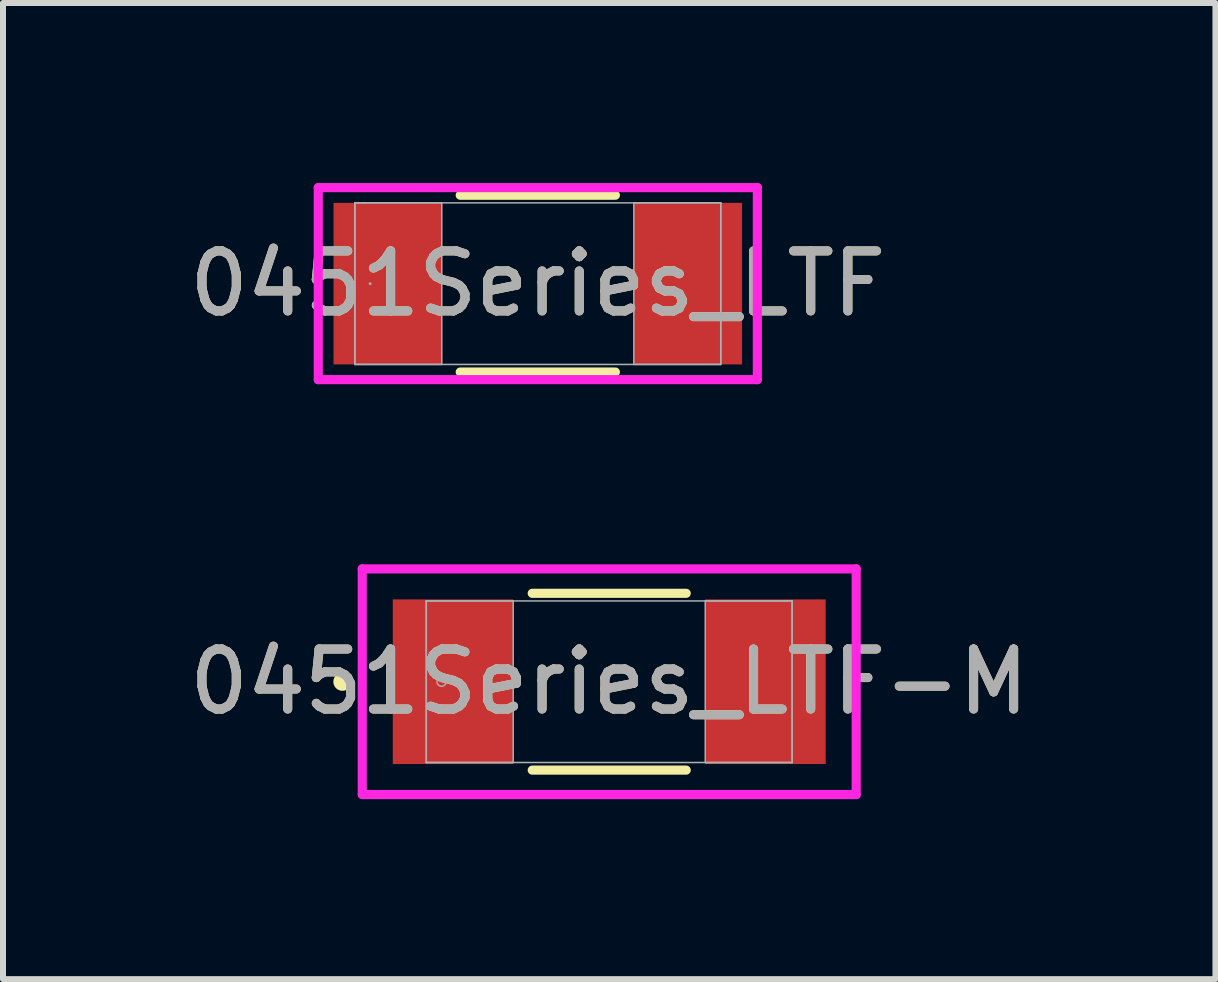
<source format=kicad_pcb>
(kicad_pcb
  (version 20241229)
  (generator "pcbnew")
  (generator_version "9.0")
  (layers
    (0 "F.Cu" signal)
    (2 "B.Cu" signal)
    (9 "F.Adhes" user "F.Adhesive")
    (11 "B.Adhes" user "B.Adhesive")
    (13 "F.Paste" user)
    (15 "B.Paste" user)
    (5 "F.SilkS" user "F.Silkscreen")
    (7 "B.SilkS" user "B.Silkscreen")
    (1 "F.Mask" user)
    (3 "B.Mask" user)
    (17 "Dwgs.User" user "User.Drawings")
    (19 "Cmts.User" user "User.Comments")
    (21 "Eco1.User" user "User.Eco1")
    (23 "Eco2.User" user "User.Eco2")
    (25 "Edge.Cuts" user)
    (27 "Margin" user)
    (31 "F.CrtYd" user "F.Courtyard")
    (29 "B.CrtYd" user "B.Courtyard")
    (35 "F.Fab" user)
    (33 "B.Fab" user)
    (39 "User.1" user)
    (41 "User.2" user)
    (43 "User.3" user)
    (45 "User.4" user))
  (footprint "0451Series_LTF-M"
    (layer "F.Cu")
    (at 7.101 8.309)
    (property "Reference" "0451Series_LTF-M" (at 0 0 0) (unlocked yes) (layer "F.SilkS") (effects (font (size 1 1) (thickness 0.15))))
    (attr smd)
    (fp_line (start -1.283 1.473) (end 1.283 1.473) (stroke (width 0.152) (type solid)) (layer "F.SilkS"))
    (fp_line (start 1.283 -1.473) (end -1.283 -1.473) (stroke (width 0.152) (type solid)) (layer "F.SilkS"))
    (fp_circle (center -4.445 0) (end -4.369 0) (stroke (width 0.152) (type solid)) (fill no) (layer "F.SilkS"))
    (fp_line (start -4.115 -1.88) (end 4.115 -1.88) (stroke (width 0.152) (type solid)) (layer "F.CrtYd"))
    (fp_line (start -4.115 1.88) (end -4.115 -1.88) (stroke (width 0.152) (type solid)) (layer "F.CrtYd"))
    (fp_line (start 4.115 -1.88) (end 4.115 1.88) (stroke (width 0.152) (type solid)) (layer "F.CrtYd"))
    (fp_line (start 4.115 1.88) (end -4.115 1.88) (stroke (width 0.152) (type solid)) (layer "F.CrtYd"))
    (fp_line (start -3.048 -1.346) (end -3.048 1.346) (stroke (width 0.025) (type solid)) (layer "F.Fab"))
    (fp_line (start -3.048 -1.346) (end -3.048 1.346) (stroke (width 0.025) (type solid)) (layer "F.Fab"))
    (fp_line (start -3.048 1.346) (end -1.6 1.346) (stroke (width 0.025) (type solid)) (layer "F.Fab"))
    (fp_line (start -3.048 1.346) (end 3.048 1.346) (stroke (width 0.025) (type solid)) (layer "F.Fab"))
    (fp_line (start -1.6 -1.346) (end -3.048 -1.346) (stroke (width 0.025) (type solid)) (layer "F.Fab"))
    (fp_line (start -1.6 1.346) (end -1.6 -1.346) (stroke (width 0.025) (type solid)) (layer "F.Fab"))
    (fp_line (start 1.6 -1.346) (end 1.6 1.346) (stroke (width 0.025) (type solid)) (layer "F.Fab"))
    (fp_line (start 1.6 1.346) (end 3.048 1.346) (stroke (width 0.025) (type solid)) (layer "F.Fab"))
    (fp_line (start 3.048 -1.346) (end -3.048 -1.346) (stroke (width 0.025) (type solid)) (layer "F.Fab"))
    (fp_line (start 3.048 -1.346) (end 1.6 -1.346) (stroke (width 0.025) (type solid)) (layer "F.Fab"))
    (fp_line (start 3.048 1.346) (end 3.048 -1.346) (stroke (width 0.025) (type solid)) (layer "F.Fab"))
    (fp_line (start 3.048 1.346) (end 3.048 -1.346) (stroke (width 0.025) (type solid)) (layer "F.Fab"))
    (fp_circle (center -2.794 0) (end -2.718 0) (stroke (width 0.025) (type solid)) (fill no) (layer "F.Fab"))
    (fp_text user "${REFERENCE}" (at 0 0 0) (unlocked yes) (layer "F.Fab") (effects (font (size 1 1) (thickness 0.15))))
    (pad "1" smd rect (at -2.603 0) (size 2.007 2.743) (layers "F.Cu" "F.Mask" "F.Paste"))
    (pad "2" smd rect (at 2.603 0) (size 2.007 2.743) (layers "F.Cu" "F.Mask" "F.Paste"))
    (zone (net_name "") (layer "F.Cu") (hatch full 0.508) (connect_pads) (min_thickness 0.254) (filled_areas_thickness no) (keepout (tracks not_allowed) (vias not_allowed) (pads allowed) (copperpour not_allowed) (footprints allowed)) (placement (enabled no)) (fill) (polygon (pts (xy 5.552 7.013) (xy 8.651 7.013) (xy 8.651 9.604) (xy 5.552 9.604)))))
  (footprint "0451Series_LTF"
    (layer "F.Cu")
    (at 5.911 1.676)
    (property "Reference" "0451Series_LTF" (at 0 0 0) (unlocked yes) (layer "F.SilkS") (effects (font (size 1 1) (thickness 0.15))))
    (attr smd)
    (fp_line (start -1.293 1.473) (end 1.293 1.473) (stroke (width 0.152) (type solid)) (layer "F.SilkS"))
    (fp_line (start 1.293 -1.473) (end -1.293 -1.473) (stroke (width 0.152) (type solid)) (layer "F.SilkS"))
    (fp_line (start -3.658 -1.6) (end 3.658 -1.6) (stroke (width 0.152) (type solid)) (layer "F.CrtYd"))
    (fp_line (start -3.658 1.6) (end -3.658 -1.6) (stroke (width 0.152) (type solid)) (layer "F.CrtYd"))
    (fp_line (start 3.658 -1.6) (end 3.658 1.6) (stroke (width 0.152) (type solid)) (layer "F.CrtYd"))
    (fp_line (start 3.658 1.6) (end -3.658 1.6) (stroke (width 0.152) (type solid)) (layer "F.CrtYd"))
    (fp_line (start -3.048 -1.346) (end -3.048 1.346) (stroke (width 0.025) (type solid)) (layer "F.Fab"))
    (fp_line (start -3.048 -1.346) (end -3.048 1.346) (stroke (width 0.025) (type solid)) (layer "F.Fab"))
    (fp_line (start -3.048 1.346) (end -1.6 1.346) (stroke (width 0.025) (type solid)) (layer "F.Fab"))
    (fp_line (start -3.048 1.346) (end 3.048 1.346) (stroke (width 0.025) (type solid)) (layer "F.Fab"))
    (fp_line (start -1.6 -1.346) (end -3.048 -1.346) (stroke (width 0.025) (type solid)) (layer "F.Fab"))
    (fp_line (start -1.6 1.346) (end -1.6 -1.346) (stroke (width 0.025) (type solid)) (layer "F.Fab"))
    (fp_line (start 1.6 -1.346) (end 1.6 1.346) (stroke (width 0.025) (type solid)) (layer "F.Fab"))
    (fp_line (start 1.6 1.346) (end 3.048 1.346) (stroke (width 0.025) (type solid)) (layer "F.Fab"))
    (fp_line (start 3.048 -1.346) (end -3.048 -1.346) (stroke (width 0.025) (type solid)) (layer "F.Fab"))
    (fp_line (start 3.048 -1.346) (end 1.6 -1.346) (stroke (width 0.025) (type solid)) (layer "F.Fab"))
    (fp_line (start 3.048 1.346) (end 3.048 -1.346) (stroke (width 0.025) (type solid)) (layer "F.Fab"))
    (fp_line (start 3.048 1.346) (end 3.048 -1.346) (stroke (width 0.025) (type solid)) (layer "F.Fab"))
    (fp_circle (center -2.794 0) (end -2.794 0) (stroke (width 0.025) (type solid)) (fill no) (layer "F.Fab"))
    (fp_text user "${REFERENCE}" (at 0 0 0) (unlocked yes) (layer "F.Fab") (effects (font (size 1 1) (thickness 0.15))))
    (pad "1" smd rect (at -2.502 0) (size 1.803 2.692) (layers "F.Cu" "F.Mask" "F.Paste"))
    (pad "2" smd rect (at 2.502 0) (size 1.803 2.692) (layers "F.Cu" "F.Mask" "F.Paste"))
    (zone (net_name "") (layer "F.Cu") (hatch full 0.508) (connect_pads) (min_thickness 0.254) (filled_areas_thickness no) (keepout (tracks not_allowed) (vias not_allowed) (pads allowed) (copperpour not_allowed) (footprints allowed)) (placement (enabled no)) (fill) (polygon (pts (xy 4.361 0.381) (xy 7.46 0.381) (xy 7.46 2.972) (xy 4.361 2.972)))))
  (gr_rect
    (start -3 -3)
    (end 17.202 13.264)
    (stroke (width 0.1) (type default))
    (fill no)
    (layer "Edge.Cuts")))
</source>
